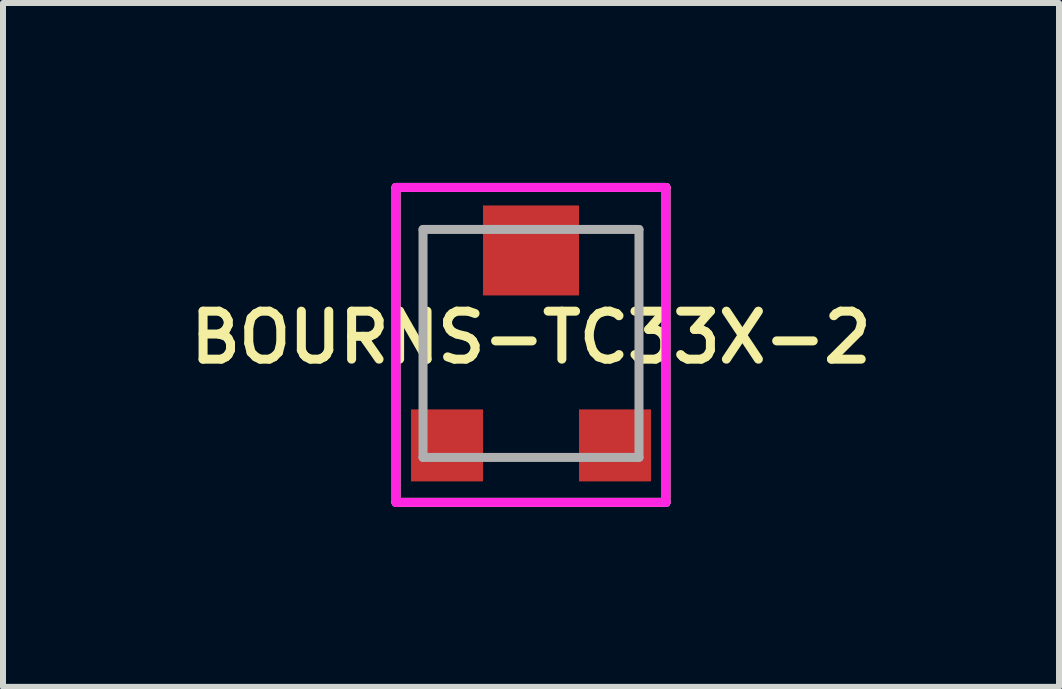
<source format=kicad_pcb>
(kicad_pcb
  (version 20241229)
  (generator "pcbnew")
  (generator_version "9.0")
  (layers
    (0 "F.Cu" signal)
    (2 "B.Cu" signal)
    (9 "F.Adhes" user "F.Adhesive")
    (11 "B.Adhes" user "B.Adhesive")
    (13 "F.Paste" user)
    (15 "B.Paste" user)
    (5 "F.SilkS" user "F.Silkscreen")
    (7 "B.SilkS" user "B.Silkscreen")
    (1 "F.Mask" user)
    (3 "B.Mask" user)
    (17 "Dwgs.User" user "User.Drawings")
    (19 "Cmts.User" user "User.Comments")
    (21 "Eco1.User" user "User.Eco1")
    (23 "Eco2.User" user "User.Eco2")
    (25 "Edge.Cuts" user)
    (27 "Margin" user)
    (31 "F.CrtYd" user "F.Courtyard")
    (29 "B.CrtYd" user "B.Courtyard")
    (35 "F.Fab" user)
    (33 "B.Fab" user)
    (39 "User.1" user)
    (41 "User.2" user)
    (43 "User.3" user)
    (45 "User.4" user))
  (footprint "BOURNS-TC33X-2"
    (layer "F.Cu")
    (at 5.802 2.575)
    (property "Reference" "BOURNS-TC33X-2" (at 0 0 0) (layer "F.SilkS") (effects (font (size 0.8 0.8) (thickness 0.15))))
    (attr smd)
    (fp_line (start -2.25 -2.5) (end -2.25 2.75) (stroke (width 0.15) (type solid)) (layer "F.SilkS"))
    (fp_line (start -2.25 2.75) (end 2.25 2.75) (stroke (width 0.15) (type solid)) (layer "F.SilkS"))
    (fp_line (start 2.25 -2.5) (end -2.25 -2.5) (stroke (width 0.15) (type solid)) (layer "F.SilkS"))
    (fp_line (start 2.25 2.75) (end 2.25 -2.5) (stroke (width 0.15) (type solid)) (layer "F.SilkS"))
    (fp_line (start -2.25 -2.5) (end -2.25 2.75) (stroke (width 0.15) (type solid)) (layer "F.CrtYd"))
    (fp_line (start -2.25 2.75) (end 2.25 2.75) (stroke (width 0.15) (type solid)) (layer "F.CrtYd"))
    (fp_line (start 2.25 -2.5) (end -2.25 -2.5) (stroke (width 0.15) (type solid)) (layer "F.CrtYd"))
    (fp_line (start 2.25 2.75) (end 2.25 -2.5) (stroke (width 0.15) (type solid)) (layer "F.CrtYd"))
    (fp_line (start -1.8 -1.8) (end 1.8 -1.8) (stroke (width 0.15) (type solid)) (layer "F.Fab"))
    (fp_line (start -1.8 2) (end -1.8 -1.8) (stroke (width 0.15) (type solid)) (layer "F.Fab"))
    (fp_line (start 1.8 -1.8) (end 1.8 2) (stroke (width 0.15) (type solid)) (layer "F.Fab"))
    (fp_line (start 1.8 2) (end -1.8 2) (stroke (width 0.15) (type solid)) (layer "F.Fab"))
    (pad "1" smd rect (at -1.4 1.8) (size 1.2 1.2) (layers "F.Cu" "F.Mask" "F.Paste"))
    (pad "2" smd rect (at 0 -1.45) (size 1.6 1.5) (layers "F.Cu" "F.Mask" "F.Paste"))
    (pad "3" smd rect (at 1.4 1.8) (size 1.2 1.2) (layers "F.Cu" "F.Mask" "F.Paste")))
  (gr_rect
    (start -3 -3)
    (end 14.604 8.4)
    (stroke (width 0.1) (type default))
    (fill no)
    (layer "Edge.Cuts")))
</source>
